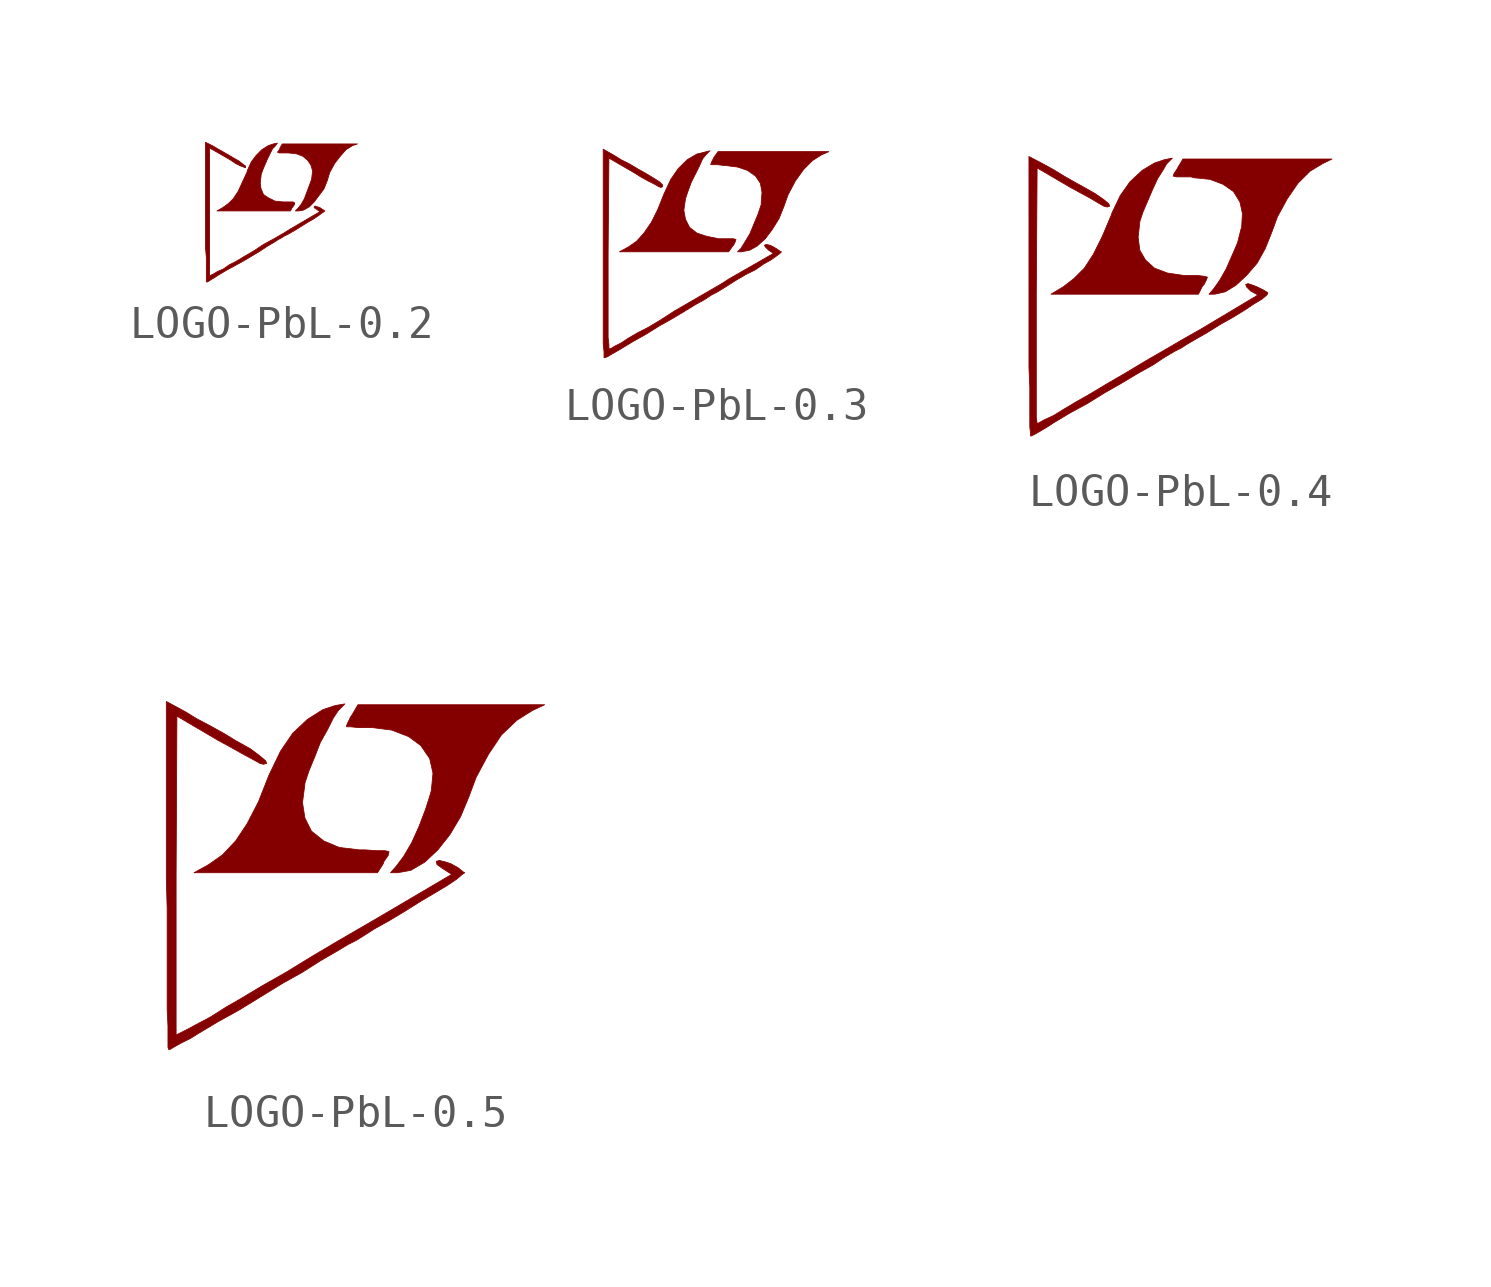
<source format=kicad_sym>
(kicad_symbol_lib
  (version 20201005)
  (generator kicad_symbol_editor)
  (symbol "LOGO-PbL-0.2"
    (pin_names
      (offset 1.016))
    (property "Reference" "#G"
      (at 0 -1.499 0)
      (effects (font (size 1.524 1.524)) hide))
    (symbol "LOGO-PbL-0.2_0_0"
      (polyline (pts (xy 0.584 0.102) (xy 0.762 0.203) (xy 0.914 0.356) (xy 1.219 0.762) (xy 1.321 1.016) (xy 1.397 1.27) (xy 1.549 1.549) (xy 1.727 1.778) (xy 1.905 1.981) (xy 2.108 2.108) (xy 2.261 2.159) (xy -0.076 2.159) (xy -0.152 2.032) (xy -0.152 2.007) (xy -0.203 1.93) (xy -0.229 1.905) (xy -0.178 1.88) (xy 0.102 1.88) (xy 0.356 1.854) (xy 0.559 1.778) (xy 0.711 1.651) (xy 0.813 1.499) (xy 0.864 1.321) (xy 0.838 1.092) (xy 0.838 1.067) (xy 0.61 0.457) (xy 0.508 0.279) (xy 0.406 0.152) (xy 0.33 0.076) (xy 0.432 0.076) (xy 0.584 0.102)) (stroke (width 0.025)) (fill (type outline)))
      (polyline (pts (xy 0.229 0.178) (xy 0.254 0.203) (xy 0.305 0.279) (xy 0.305 0.33) (xy 0.254 0.356) (xy -0.051 0.356) (xy -0.305 0.381) (xy -0.508 0.483) (xy -0.66 0.584) (xy -0.737 0.762) (xy -0.762 0.94) (xy -0.737 1.168) (xy -0.737 1.194) (xy -0.686 1.346) (xy -0.533 1.702) (xy -0.381 2.007) (xy -0.305 2.083) (xy -0.229 2.184) (xy -0.356 2.159) (xy -0.508 2.108) (xy -0.711 1.981) (xy -0.889 1.803) (xy -1.041 1.6) (xy -1.168 1.321) (xy -1.168 1.295) (xy -1.321 0.965) (xy -1.448 0.686) (xy -1.6 0.457) (xy -1.753 0.305) (xy -1.93 0.178) (xy -2.108 0.076) (xy 0.178 0.076) (xy 0.229 0.178)) (stroke (width 0.025)) (fill (type outline)))
      (polyline (pts (xy -2.362 -2.108) (xy -2.286 -2.057) (xy -2.159 -1.981) (xy -2.083 -1.93) (xy -1.829 -1.778) (xy -1.27 -1.473) (xy -0.762 -1.168) (xy -0.533 -1.016) (xy -0.356 -0.914) (xy -0.203 -0.813) (xy -0.102 -0.762) (xy -0.025 -0.711) (xy 0.127 -0.635) (xy 0.305 -0.533) (xy 0.711 -0.279) (xy 0.889 -0.178) (xy 1.041 -0.076) (xy 1.143 0) (xy 1.219 0.051) (xy 1.245 0.076) (xy 1.092 0.178) (xy 0.94 0.229) (xy 0.914 0.203) (xy 0.914 0.178) (xy 0.991 0.127) (xy 1.092 0.051) (xy 0.178 -0.483) (xy -0.025 -0.61) (xy -0.33 -0.787) (xy -0.66 -0.965) (xy -0.965 -1.168) (xy -1.27 -1.346) (xy -1.524 -1.499) (xy -1.727 -1.6) (xy -1.905 -1.727) (xy -2.083 -1.803) (xy -2.21 -1.88) (xy -2.311 -1.93) (xy -2.337 -1.956) (xy -2.337 2.032) (xy -1.803 1.727) (xy -1.676 1.651) (xy -1.524 1.549) (xy -1.372 1.473) (xy -1.295 1.448) (xy -1.245 1.422) (xy -1.219 1.422) (xy -1.219 1.473) (xy -1.295 1.524) (xy -1.422 1.626) (xy -1.6 1.727) (xy -1.727 1.803) (xy -2.083 2.007) (xy -2.21 2.083) (xy -2.464 2.21) (xy -2.464 -1.067) (xy -2.438 -1.372) (xy -2.438 -2.134) (xy -2.413 -2.134) (xy -2.362 -2.108)) (stroke (width 0.025)) (fill (type outline)))))
  (symbol "LOGO-PbL-0.3"
    (pin_names
      (offset 1.016))
    (property "Reference" "#G"
      (at 0 -2.642 0)
      (effects (font (size 1.524 1.524)) hide))
    (symbol "LOGO-PbL-0.3_0_0"
      (polyline (pts (xy 0.381 0.305) (xy 0.406 0.33) (xy 0.457 0.432) (xy 0.483 0.508) (xy 0.406 0.533) (xy -0.051 0.533) (xy -0.432 0.61) (xy -0.737 0.711) (xy -0.965 0.889) (xy -1.092 1.143) (xy -1.143 1.422) (xy -1.092 1.778) (xy -1.016 2.007) (xy -0.914 2.286) (xy -0.66 2.794) (xy -0.559 3.023) (xy -0.457 3.15) (xy -0.33 3.277) (xy -0.737 3.175) (xy -1.041 2.997) (xy -1.321 2.718) (xy -1.549 2.388) (xy -1.727 2.007) (xy -1.753 1.956) (xy -1.956 1.448) (xy -2.159 1.041) (xy -2.388 0.711) (xy -2.616 0.457) (xy -2.87 0.279) (xy -3.15 0.127) (xy 0.254 0.127) (xy 0.381 0.305)) (stroke (width 0.025)) (fill (type outline)))
      (polyline (pts (xy 0.914 0.178) (xy 1.143 0.305) (xy 1.397 0.533) (xy 1.626 0.838) (xy 1.829 1.168) (xy 1.981 1.549) (xy 2.108 1.905) (xy 2.337 2.337) (xy 2.591 2.692) (xy 2.87 2.972) (xy 3.15 3.15) (xy 3.378 3.251) (xy -0.076 3.251) (xy -0.203 3.073) (xy -0.279 2.921) (xy -0.305 2.845) (xy -0.102 2.845) (xy 0.102 2.819) (xy 0.152 2.819) (xy 0.533 2.769) (xy 0.838 2.667) (xy 1.092 2.489) (xy 1.245 2.261) (xy 1.295 1.981) (xy 1.27 1.651) (xy 1.27 1.6) (xy 1.168 1.295) (xy 0.914 0.686) (xy 0.762 0.432) (xy 0.635 0.229) (xy 0.533 0.127) (xy 0.66 0.127) (xy 0.914 0.178)) (stroke (width 0.025)) (fill (type outline)))
      (polyline (pts (xy -3.531 -3.15) (xy -3.404 -3.073) (xy -3.226 -2.972) (xy -2.718 -2.667) (xy -2.311 -2.438) (xy -1.905 -2.184) (xy -1.499 -1.956) (xy -1.118 -1.727) (xy -0.787 -1.524) (xy -0.508 -1.372) (xy -0.279 -1.219) (xy -0.127 -1.143) (xy 0 -1.067) (xy 0.203 -0.94) (xy 0.483 -0.762) (xy 0.787 -0.584) (xy 1.092 -0.432) (xy 1.346 -0.254) (xy 1.575 -0.127) (xy 1.753 0) (xy 1.854 0.076) (xy 1.905 0.127) (xy 1.88 0.127) (xy 1.778 0.203) (xy 1.651 0.279) (xy 1.549 0.33) (xy 1.422 0.356) (xy 1.372 0.33) (xy 1.397 0.279) (xy 1.499 0.178) (xy 1.651 0.076) (xy 0.279 -0.711) (xy 0 -0.889) (xy -1.448 -1.727) (xy -1.88 -2.007) (xy -2.261 -2.235) (xy -2.565 -2.388) (xy -2.87 -2.565) (xy -3.099 -2.718) (xy -3.302 -2.819) (xy -3.429 -2.896) (xy -3.48 -2.896) (xy -3.48 -2.769) (xy -3.505 -2.54) (xy -3.505 0.076) (xy -3.48 3.048) (xy -2.692 2.591) (xy -2.489 2.464) (xy -2.261 2.337) (xy -2.057 2.235) (xy -1.93 2.159) (xy -1.854 2.134) (xy -1.803 2.159) (xy -1.803 2.21) (xy -1.905 2.311) (xy -2.108 2.438) (xy -2.362 2.591) (xy -2.591 2.718) (xy -2.845 2.87) (xy -3.099 2.997) (xy -3.302 3.124) (xy -3.658 3.327) (xy -3.658 -2.743) (xy -3.632 -2.997) (xy -3.632 -3.175) (xy -3.607 -3.175) (xy -3.531 -3.15)) (stroke (width 0.025)) (fill (type outline)))))
  (symbol "LOGO-PbL-0.4"
    (pin_names
      (offset 1.016))
    (property "Reference" "#G"
      (at 0 -3.785 0)
      (effects (font (size 1.524 1.524)) hide))
    (symbol "LOGO-PbL-0.4_0_0"
      (polyline (pts (xy 1.194 0.203) (xy 1.524 0.406) (xy 1.854 0.711) (xy 2.184 1.092) (xy 2.438 1.549) (xy 2.642 2.057) (xy 2.819 2.54) (xy 3.124 3.099) (xy 3.454 3.581) (xy 3.835 3.962) (xy 4.216 4.191) (xy 4.521 4.343) (xy -0.127 4.343) (xy -0.279 4.089) (xy -0.305 4.039) (xy -0.406 3.886) (xy -0.432 3.81) (xy -0.33 3.785) (xy 0.127 3.785) (xy 0.203 3.759) (xy 0.711 3.708) (xy 1.118 3.556) (xy 1.448 3.327) (xy 1.651 2.997) (xy 1.727 2.642) (xy 1.702 2.21) (xy 1.676 2.134) (xy 1.575 1.727) (xy 1.219 0.914) (xy 1.016 0.559) (xy 0.838 0.305) (xy 0.686 0.127) (xy 0.864 0.127) (xy 1.194 0.203)) (stroke (width 0.025)) (fill (type outline)))
      (polyline (pts (xy 0.483 0.381) (xy 0.533 0.432) (xy 0.61 0.584) (xy 0.635 0.66) (xy 0.533 0.686) (xy 0.33 0.711) (xy -0.102 0.711) (xy -0.61 0.787) (xy -1.016 0.94) (xy -1.295 1.194) (xy -1.473 1.499) (xy -1.524 1.905) (xy -1.473 2.362) (xy -1.473 2.388) (xy -1.372 2.692) (xy -1.067 3.404) (xy -0.914 3.734) (xy -0.737 4.013) (xy -0.635 4.191) (xy -0.457 4.369) (xy -0.711 4.318) (xy -1.016 4.216) (xy -1.397 3.988) (xy -1.778 3.632) (xy -2.083 3.2) (xy -2.337 2.667) (xy -2.362 2.591) (xy -2.642 1.93) (xy -2.921 1.372) (xy -3.2 0.94) (xy -3.531 0.61) (xy -3.861 0.356) (xy -4.242 0.127) (xy 0.356 0.127) (xy 0.483 0.381)) (stroke (width 0.025)) (fill (type outline)))
      (polyline (pts (xy -4.75 -4.242) (xy -4.572 -4.14) (xy -4.318 -3.988) (xy -4.166 -3.886) (xy -3.658 -3.581) (xy -3.099 -3.277) (xy -2.565 -2.946) (xy -2.032 -2.642) (xy -1.524 -2.337) (xy -1.067 -2.083) (xy -0.686 -1.829) (xy -0.381 -1.651) (xy -0.178 -1.549) (xy -0.025 -1.448) (xy 0.279 -1.27) (xy 0.635 -1.067) (xy 1.041 -0.813) (xy 1.448 -0.584) (xy 1.778 -0.381) (xy 2.083 -0.178) (xy 2.337 -0.025) (xy 2.489 0.102) (xy 2.515 0.152) (xy 2.515 0.178) (xy 2.388 0.254) (xy 2.184 0.356) (xy 2.057 0.406) (xy 1.905 0.457) (xy 1.829 0.432) (xy 1.854 0.356) (xy 1.981 0.229) (xy 2.21 0.102) (xy 0.381 -0.991) (xy -0.025 -1.219) (xy -0.635 -1.575) (xy -1.295 -1.956) (xy -1.93 -2.337) (xy -2.54 -2.692) (xy -3.048 -2.997) (xy -3.454 -3.226) (xy -3.835 -3.454) (xy -4.166 -3.658) (xy -4.445 -3.785) (xy -4.623 -3.886) (xy -4.674 -3.912) (xy -4.674 -3.886) (xy -4.699 -3.708) (xy -4.699 0.102) (xy -4.674 4.064) (xy -3.632 3.454) (xy -3.353 3.302) (xy -3.023 3.124) (xy -2.769 2.972) (xy -2.591 2.87) (xy -2.489 2.845) (xy -2.413 2.87) (xy -2.438 2.946) (xy -2.591 3.073) (xy -2.845 3.251) (xy -3.2 3.454) (xy -3.48 3.607) (xy -3.835 3.81) (xy -4.166 4.013) (xy -4.445 4.166) (xy -4.928 4.42) (xy -4.928 -2.159) (xy -4.902 -2.769) (xy -4.902 -4.013) (xy -4.877 -4.216) (xy -4.877 -4.293) (xy -4.851 -4.293) (xy -4.75 -4.242)) (stroke (width 0.025)) (fill (type outline)))))
  (symbol "LOGO-PbL-0.5"
    (pin_names
      (offset 1.016))
    (property "Reference" "#G"
      (at 0 -4.902 0)
      (effects (font (size 1.524 1.524)) hide))
    (symbol "LOGO-PbL-0.5_0_0"
      (polyline (pts (xy 1.473 0.254) (xy 1.905 0.508) (xy 2.311 0.889) (xy 2.692 1.372) (xy 3.023 1.93) (xy 3.277 2.54) (xy 3.505 3.15) (xy 3.886 3.861) (xy 4.293 4.47) (xy 4.775 4.928) (xy 5.258 5.232) (xy 5.639 5.41) (xy -0.178 5.41) (xy -0.356 5.105) (xy -0.406 5.029) (xy -0.508 4.826) (xy -0.533 4.75) (xy -0.533 4.724) (xy -0.406 4.724) (xy -0.178 4.699) (xy 0.254 4.699) (xy 0.864 4.623) (xy 1.397 4.42) (xy 1.778 4.14) (xy 2.057 3.734) (xy 2.159 3.277) (xy 2.108 2.743) (xy 2.083 2.642) (xy 1.93 2.159) (xy 1.727 1.626) (xy 1.499 1.118) (xy 1.245 0.686) (xy 1.016 0.381) (xy 0.838 0.178) (xy 1.067 0.178) (xy 1.473 0.254)) (stroke (width 0.025)) (fill (type outline)))
      (polyline (pts (xy 0.61 0.457) (xy 0.635 0.533) (xy 0.762 0.711) (xy 0.787 0.813) (xy 0.787 0.838) (xy 0.66 0.864) (xy 0.406 0.864) (xy 0.051 0.889) (xy -0.127 0.889) (xy -0.762 0.965) (xy -1.245 1.168) (xy -1.626 1.473) (xy -1.829 1.88) (xy -1.905 2.362) (xy -1.829 2.946) (xy -1.829 2.972) (xy -1.702 3.353) (xy -1.524 3.785) (xy -1.346 4.242) (xy -1.118 4.648) (xy -0.94 5.004) (xy -0.787 5.232) (xy -0.584 5.436) (xy -0.889 5.385) (xy -1.27 5.258) (xy -1.753 4.953) (xy -2.21 4.521) (xy -2.591 3.962) (xy -2.896 3.327) (xy -2.946 3.226) (xy -3.277 2.388) (xy -3.632 1.702) (xy -3.988 1.168) (xy -4.394 0.737) (xy -4.826 0.432) (xy -5.283 0.178) (xy 0.432 0.178) (xy 0.61 0.457)) (stroke (width 0.025)) (fill (type outline)))
      (polyline (pts (xy -5.918 -5.258) (xy -5.69 -5.131) (xy -5.385 -4.978) (xy -5.182 -4.851) (xy -4.547 -4.47) (xy -3.861 -4.089) (xy -2.54 -3.277) (xy -1.905 -2.921) (xy -1.346 -2.565) (xy -0.864 -2.286) (xy -0.483 -2.057) (xy -0.229 -1.93) (xy -0.025 -1.803) (xy 0.33 -1.575) (xy 0.787 -1.321) (xy 1.295 -1.016) (xy 1.778 -0.711) (xy 2.21 -0.457) (xy 2.591 -0.229) (xy 2.896 -0.025) (xy 3.073 0.127) (xy 3.15 0.178) (xy 3.099 0.203) (xy 2.946 0.33) (xy 2.718 0.457) (xy 2.565 0.508) (xy 2.362 0.559) (xy 2.261 0.533) (xy 2.286 0.432) (xy 2.464 0.305) (xy 2.743 0.127) (xy 0.457 -1.219) (xy -0.025 -1.499) (xy -0.813 -1.956) (xy -1.626 -2.438) (xy -2.413 -2.921) (xy -3.175 -3.353) (xy -3.81 -3.734) (xy -4.293 -4.013) (xy -4.775 -4.318) (xy -5.207 -4.547) (xy -5.537 -4.724) (xy -5.842 -4.877) (xy -5.842 0.102) (xy -5.817 5.055) (xy -4.521 4.293) (xy -4.191 4.115) (xy -3.785 3.886) (xy -3.454 3.708) (xy -3.226 3.581) (xy -3.124 3.556) (xy -3.023 3.581) (xy -3.048 3.658) (xy -3.226 3.81) (xy -3.531 4.039) (xy -3.988 4.293) (xy -4.318 4.496) (xy -4.775 4.75) (xy -5.207 4.978) (xy -5.537 5.182) (xy -6.147 5.512) (xy -6.147 0) (xy -6.121 -0.94) (xy -6.121 -4.089) (xy -6.096 -4.597) (xy -6.096 -5.258) (xy -6.071 -5.334) (xy -6.045 -5.334) (xy -5.918 -5.258)) (stroke (width 0.025)) (fill (type outline))))))
</source>
